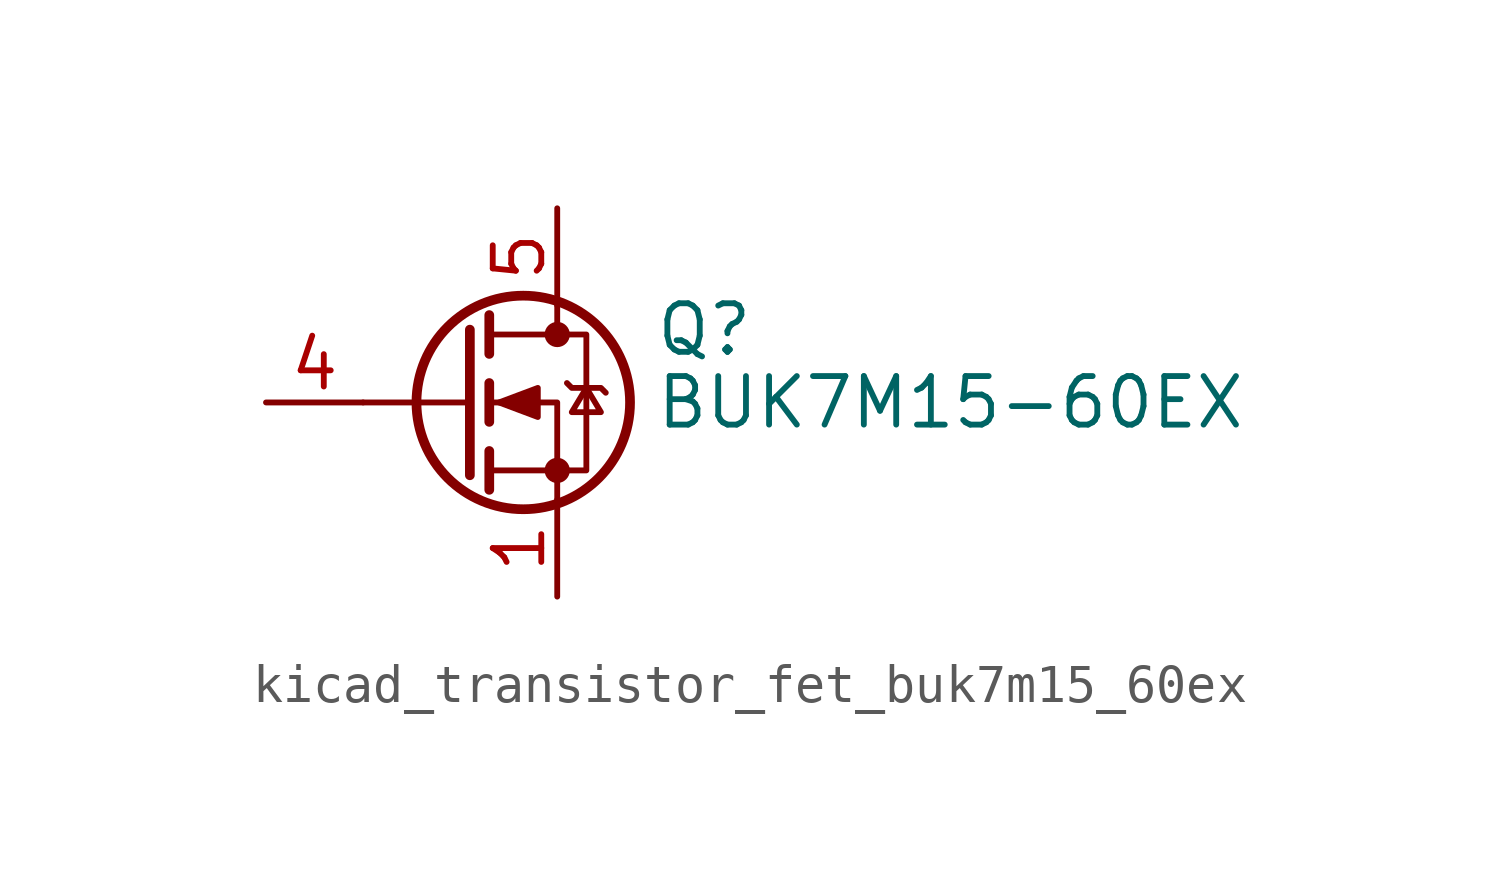
<source format=kicad_sym>
(kicad_symbol_lib
  (version 20220914)
  (generator kicad_symbol_editor)
  (symbol "kicad_transistor_fet_buk7m15_60ex"
    (pin_names hide)
    (property "Reference" "Q"
      (at 5.08 1.905 0)
      (effects (font (size 1.27 1.27)) (justify left)))
    (property "Value" "BUK7M15-60EX"
      (at 5.08 0 0)
      (effects (font (size 1.27 1.27)) (justify left)))
    (symbol "kicad_transistor_fet_buk7m15_60ex_0_1"
      (polyline (pts (xy 0.254 0) (xy -2.54 0)) (stroke (width 0) (type default)) (fill (type none)))
      (polyline (pts (xy 0.254 1.905) (xy 0.254 -1.905)) (stroke (width 0.254) (type default)) (fill (type none)))
      (polyline (pts (xy 0.762 -1.27) (xy 0.762 -2.286)) (stroke (width 0.254) (type default)) (fill (type none)))
      (polyline (pts (xy 0.762 0.508) (xy 0.762 -0.508)) (stroke (width 0.254) (type default)) (fill (type none)))
      (polyline (pts (xy 0.762 2.286) (xy 0.762 1.27)) (stroke (width 0.254) (type default)) (fill (type none)))
      (polyline (pts (xy 2.54 2.54) (xy 2.54 1.778)) (stroke (width 0) (type default)) (fill (type none)))
      (polyline (pts (xy 2.54 -2.54) (xy 2.54 0) (xy 0.762 0)) (stroke (width 0) (type default)) (fill (type none)))
      (polyline (pts (xy 0.762 -1.778) (xy 3.302 -1.778) (xy 3.302 1.778) (xy 0.762 1.778)) (stroke (width 0) (type default)) (fill (type none)))
      (polyline (pts (xy 1.016 0) (xy 2.032 0.381) (xy 2.032 -0.381) (xy 1.016 0)) (stroke (width 0) (type default)) (fill (type outline)))
      (polyline (pts (xy 2.794 0.508) (xy 2.921 0.381) (xy 3.683 0.381) (xy 3.81 0.254)) (stroke (width 0) (type default)) (fill (type none)))
      (polyline (pts (xy 3.302 0.381) (xy 2.921 -0.254) (xy 3.683 -0.254) (xy 3.302 0.381)) (stroke (width 0) (type default)) (fill (type none)))
      (circle (center 1.651 0) (radius 2.794) (stroke (width 0.254) (type default)) (fill (type none)))
      (circle (center 2.54 -1.778) (radius 0.254) (stroke (width 0) (type default)) (fill (type outline)))
      (circle (center 2.54 1.778) (radius 0.254) (stroke (width 0) (type default)) (fill (type outline))))
    (symbol "kicad_transistor_fet_buk7m15_60ex_1_1"
      (pin passive line (at 2.54 -5.08 90) (length 2.54) (name "S" (effects (font (size 1.27 1.27)))) (number "1" (effects (font (size 1.27 1.27)))))
      (pin passive line (at 2.54 -5.08 90) (length 2.54) hide (name "S" (effects (font (size 1.27 1.27)))) (number "2" (effects (font (size 1.27 1.27)))))
      (pin passive line (at 2.54 -5.08 90) (length 2.54) hide (name "S" (effects (font (size 1.27 1.27)))) (number "3" (effects (font (size 1.27 1.27)))))
      (pin passive line (at -5.08 0 0) (length 2.54) (name "G" (effects (font (size 1.27 1.27)))) (number "4" (effects (font (size 1.27 1.27)))))
      (pin passive line (at 2.54 5.08 270) (length 2.54) (name "D" (effects (font (size 1.27 1.27)))) (number "5" (effects (font (size 1.27 1.27))))))))
</source>
